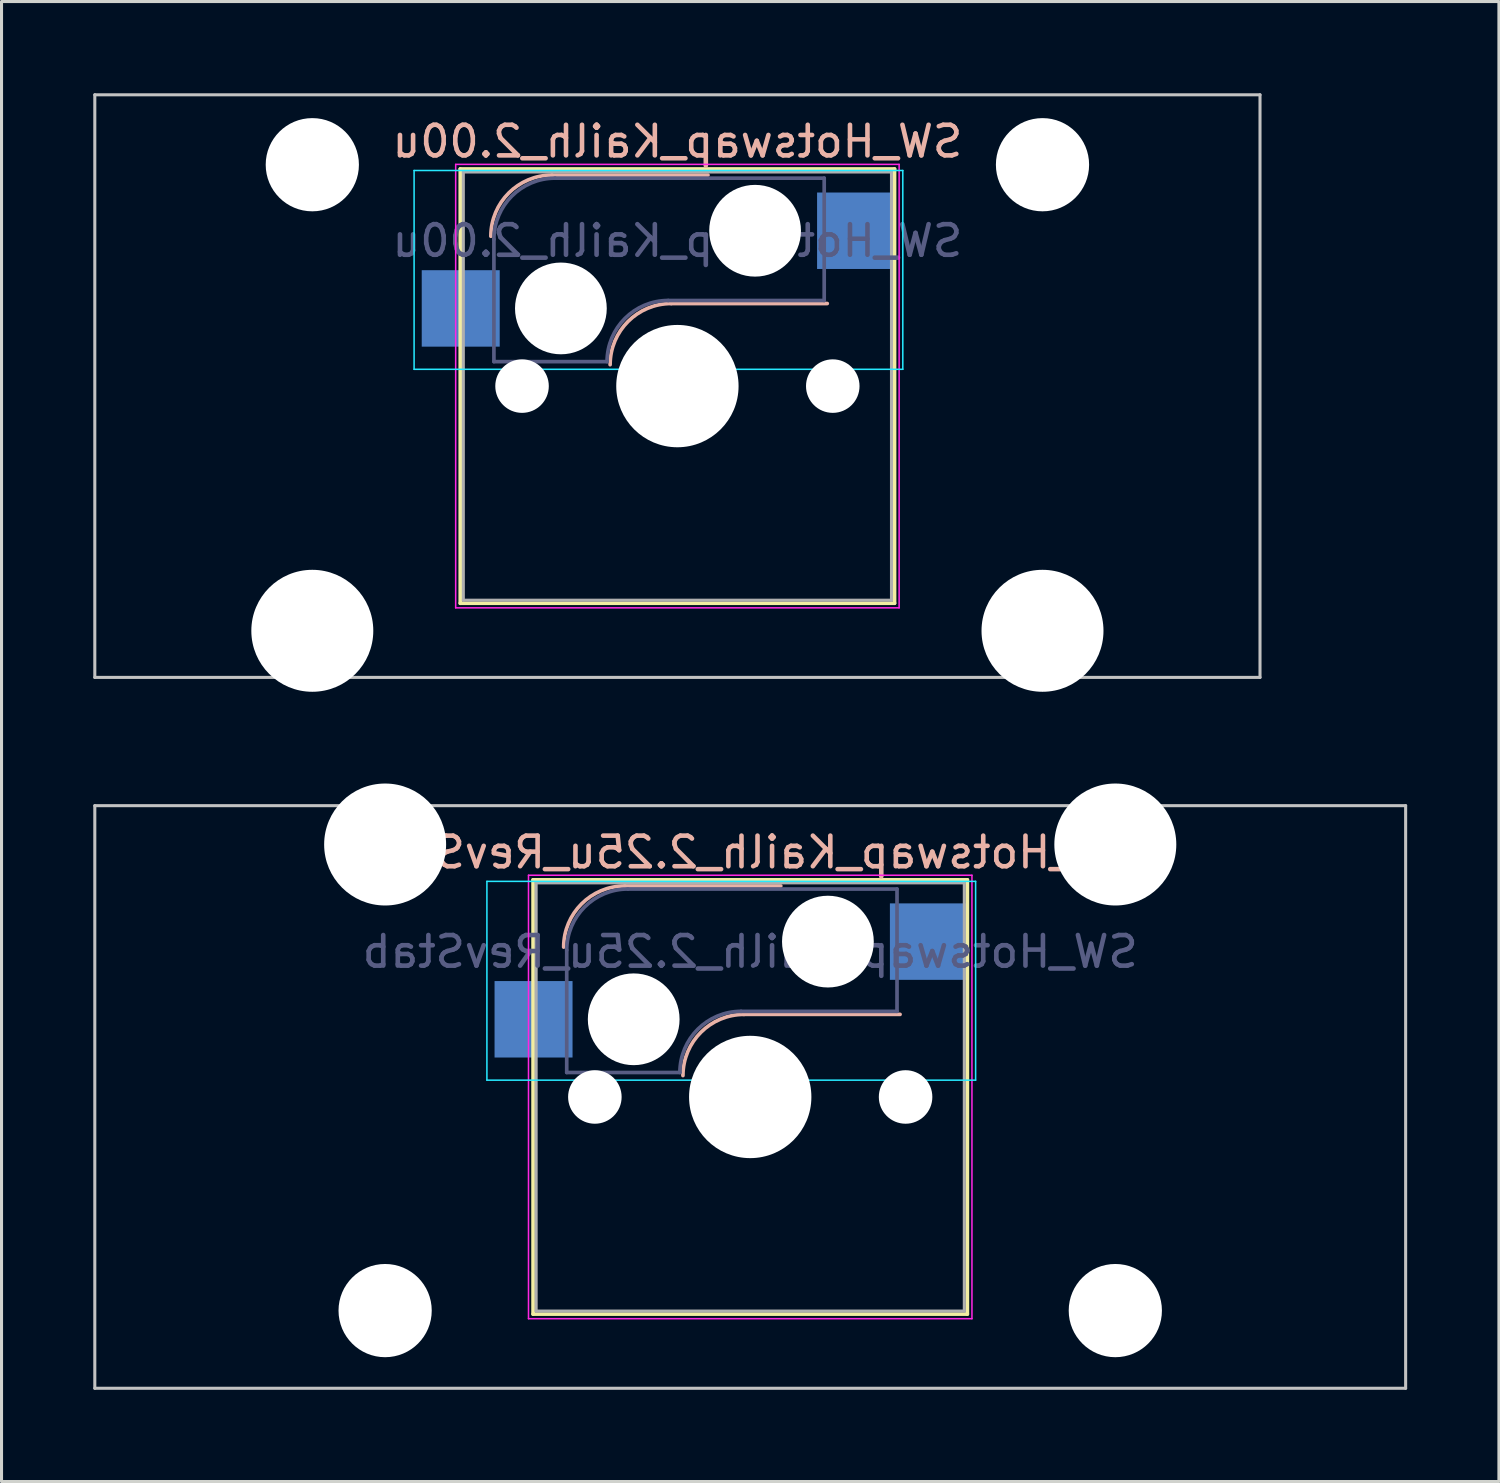
<source format=kicad_pcb>
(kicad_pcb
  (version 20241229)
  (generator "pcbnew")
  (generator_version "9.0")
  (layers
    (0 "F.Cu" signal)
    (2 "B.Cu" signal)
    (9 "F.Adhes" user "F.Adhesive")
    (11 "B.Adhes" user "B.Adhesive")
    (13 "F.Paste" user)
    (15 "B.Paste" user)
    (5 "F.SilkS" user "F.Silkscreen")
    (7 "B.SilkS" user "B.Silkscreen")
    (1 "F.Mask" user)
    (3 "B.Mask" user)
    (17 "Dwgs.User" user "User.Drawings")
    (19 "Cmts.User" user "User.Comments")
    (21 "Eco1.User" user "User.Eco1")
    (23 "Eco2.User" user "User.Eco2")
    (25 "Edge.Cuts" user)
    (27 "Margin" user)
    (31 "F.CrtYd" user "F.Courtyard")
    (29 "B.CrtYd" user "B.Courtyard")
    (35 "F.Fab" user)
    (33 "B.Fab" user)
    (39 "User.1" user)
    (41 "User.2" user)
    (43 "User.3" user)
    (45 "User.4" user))
  (footprint "SW_Hotswap_Kailh_2.00u"
    (layer "F.Cu")
    (at 19.1 9.575)
    (property "Reference" "SW_Hotswap_Kailh_2.00u" (at 0 -8 0) (layer "B.SilkS") (effects (font (size 1 1) (thickness 0.15)) (justify mirror)))
    (attr smd)
    (fp_line (start -7.1 -7.1) (end -7.1 7.1) (stroke (width 0.12) (type solid)) (layer "F.SilkS"))
    (fp_line (start -7.1 7.1) (end 7.1 7.1) (stroke (width 0.12) (type solid)) (layer "F.SilkS"))
    (fp_line (start 7.1 -7.1) (end -7.1 -7.1) (stroke (width 0.12) (type solid)) (layer "F.SilkS"))
    (fp_line (start 7.1 7.1) (end 7.1 -7.1) (stroke (width 0.12) (type solid)) (layer "F.SilkS"))
    (fp_line (start -4.1 -6.9) (end 1 -6.9) (stroke (width 0.12) (type solid)) (layer "B.SilkS"))
    (fp_line (start -0.2 -2.7) (end 4.9 -2.7) (stroke (width 0.12) (type solid)) (layer "B.SilkS"))
    (fp_arc (start -6.1 -4.9) (mid -5.514214 -6.314214) (end -4.1 -6.9) (stroke (width 0.12) (type solid)) (layer "B.SilkS"))
    (fp_arc (start -2.2 -0.7) (mid -1.614214 -2.114214) (end -0.2 -2.7) (stroke (width 0.12) (type solid)) (layer "B.SilkS"))
    (fp_line (start -19.05 -9.525) (end -19.05 9.525) (stroke (width 0.1) (type solid)) (layer "Dwgs.User"))
    (fp_line (start -19.05 9.525) (end 19.05 9.525) (stroke (width 0.1) (type solid)) (layer "Dwgs.User"))
    (fp_line (start 19.05 -9.525) (end -19.05 -9.525) (stroke (width 0.1) (type solid)) (layer "Dwgs.User"))
    (fp_line (start 19.05 9.525) (end 19.05 -9.525) (stroke (width 0.1) (type solid)) (layer "Dwgs.User"))
    (fp_line (start -8.61 -7.05) (end -8.61 -0.55) (stroke (width 0.05) (type solid)) (layer "B.CrtYd"))
    (fp_line (start -8.61 -0.55) (end 7.37 -0.55) (stroke (width 0.05) (type solid)) (layer "B.CrtYd"))
    (fp_line (start 7.37 -7.05) (end -8.61 -7.05) (stroke (width 0.05) (type solid)) (layer "B.CrtYd"))
    (fp_line (start 7.37 -0.55) (end 7.37 -7.05) (stroke (width 0.05) (type solid)) (layer "B.CrtYd"))
    (fp_line (start -7.25 -7.25) (end -7.25 7.25) (stroke (width 0.05) (type solid)) (layer "F.CrtYd"))
    (fp_line (start -7.25 7.25) (end 7.25 7.25) (stroke (width 0.05) (type solid)) (layer "F.CrtYd"))
    (fp_line (start 7.25 -7.25) (end -7.25 -7.25) (stroke (width 0.05) (type solid)) (layer "F.CrtYd"))
    (fp_line (start 7.25 7.25) (end 7.25 -7.25) (stroke (width 0.05) (type solid)) (layer "F.CrtYd"))
    (fp_line (start -6 -0.8) (end -6 -4.8) (stroke (width 0.12) (type solid)) (layer "B.Fab"))
    (fp_line (start -6 -0.8) (end -2.3 -0.8) (stroke (width 0.12) (type solid)) (layer "B.Fab"))
    (fp_line (start -4 -6.8) (end 4.8 -6.8) (stroke (width 0.12) (type solid)) (layer "B.Fab"))
    (fp_line (start -0.3 -2.8) (end 4.8 -2.8) (stroke (width 0.12) (type solid)) (layer "B.Fab"))
    (fp_line (start 4.8 -6.8) (end 4.8 -2.8) (stroke (width 0.12) (type solid)) (layer "B.Fab"))
    (fp_arc (start -6 -4.8) (mid -5.414214 -6.214214) (end -4 -6.8) (stroke (width 0.12) (type solid)) (layer "B.Fab"))
    (fp_arc (start -2.3 -0.8) (mid -1.714214 -2.214214) (end -0.3 -2.8) (stroke (width 0.12) (type solid)) (layer "B.Fab"))
    (fp_line (start -7 -7) (end -7 7) (stroke (width 0.1) (type solid)) (layer "F.Fab"))
    (fp_line (start -7 7) (end 7 7) (stroke (width 0.1) (type solid)) (layer "F.Fab"))
    (fp_line (start 7 -7) (end -7 -7) (stroke (width 0.1) (type solid)) (layer "F.Fab"))
    (fp_line (start 7 7) (end 7 -7) (stroke (width 0.1) (type solid)) (layer "F.Fab"))
    (fp_text user "${REFERENCE}" (at 0 -4.75 0) (layer "B.Fab") (effects (font (size 1 1) (thickness 0.15)) (justify mirror)))
    (pad "" np_thru_hole circle (at -11.938 -7.239 180) (size 3.048 3.048) (drill 3.048) (layers "*.Cu" "*.Mask"))
    (pad "" np_thru_hole circle (at -11.938 8.001 180) (size 3.988 3.988) (drill 3.988) (layers "*.Cu" "*.Mask"))
    (pad "" np_thru_hole circle (at -5.08 0) (size 1.75 1.75) (drill 1.75) (layers "*.Cu" "*.Mask"))
    (pad "" np_thru_hole circle (at -3.81 -2.54) (size 3 3) (drill 3) (layers "*.Cu" "*.Mask"))
    (pad "" np_thru_hole circle (at 0 0) (size 4 4) (drill 4) (layers "*.Cu" "*.Mask"))
    (pad "" np_thru_hole circle (at 2.54 -5.08) (size 3 3) (drill 3) (layers "*.Cu" "*.Mask"))
    (pad "" np_thru_hole circle (at 5.08 0) (size 1.75 1.75) (drill 1.75) (layers "*.Cu" "*.Mask"))
    (pad "" np_thru_hole circle (at 11.938 -7.239 180) (size 3.048 3.048) (drill 3.048) (layers "*.Cu" "*.Mask"))
    (pad "" np_thru_hole circle (at 11.938 8.001 180) (size 3.988 3.988) (drill 3.988) (layers "*.Cu" "*.Mask"))
    (pad "1" smd rect (at -7.085 -2.54) (size 2.55 2.5) (layers "B.Cu" "B.Mask" "B.Paste"))
    (pad "2" smd rect (at 5.842 -5.08) (size 2.55 2.5) (layers "B.Cu" "B.Mask" "B.Paste")))
  (footprint "SW_Hotswap_Kailh_2.25u_RevStab"
    (layer "F.Cu")
    (at 21.481 32.819)
    (property "Reference" "SW_Hotswap_Kailh_2.25u_RevStab" (at 0 -8 0) (layer "B.SilkS") (effects (font (size 1 1) (thickness 0.15)) (justify mirror)))
    (attr smd)
    (fp_line (start -7.1 -7.1) (end -7.1 7.1) (stroke (width 0.12) (type solid)) (layer "F.SilkS"))
    (fp_line (start -7.1 7.1) (end 7.1 7.1) (stroke (width 0.12) (type solid)) (layer "F.SilkS"))
    (fp_line (start 7.1 -7.1) (end -7.1 -7.1) (stroke (width 0.12) (type solid)) (layer "F.SilkS"))
    (fp_line (start 7.1 7.1) (end 7.1 -7.1) (stroke (width 0.12) (type solid)) (layer "F.SilkS"))
    (fp_line (start -4.1 -6.9) (end 1 -6.9) (stroke (width 0.12) (type solid)) (layer "B.SilkS"))
    (fp_line (start -0.2 -2.7) (end 4.9 -2.7) (stroke (width 0.12) (type solid)) (layer "B.SilkS"))
    (fp_arc (start -6.1 -4.9) (mid -5.514214 -6.314214) (end -4.1 -6.9) (stroke (width 0.12) (type solid)) (layer "B.SilkS"))
    (fp_arc (start -2.2 -0.7) (mid -1.614214 -2.114214) (end -0.2 -2.7) (stroke (width 0.12) (type solid)) (layer "B.SilkS"))
    (fp_line (start -21.431 -9.525) (end -21.431 9.525) (stroke (width 0.1) (type solid)) (layer "Dwgs.User"))
    (fp_line (start -21.431 9.525) (end 21.431 9.525) (stroke (width 0.1) (type solid)) (layer "Dwgs.User"))
    (fp_line (start 21.431 -9.525) (end -21.431 -9.525) (stroke (width 0.1) (type solid)) (layer "Dwgs.User"))
    (fp_line (start 21.431 9.525) (end 21.431 -9.525) (stroke (width 0.1) (type solid)) (layer "Dwgs.User"))
    (fp_line (start -8.61 -7.05) (end -8.61 -0.55) (stroke (width 0.05) (type solid)) (layer "B.CrtYd"))
    (fp_line (start -8.61 -0.55) (end 7.37 -0.55) (stroke (width 0.05) (type solid)) (layer "B.CrtYd"))
    (fp_line (start 7.37 -7.05) (end -8.61 -7.05) (stroke (width 0.05) (type solid)) (layer "B.CrtYd"))
    (fp_line (start 7.37 -0.55) (end 7.37 -7.05) (stroke (width 0.05) (type solid)) (layer "B.CrtYd"))
    (fp_line (start -7.25 -7.25) (end -7.25 7.25) (stroke (width 0.05) (type solid)) (layer "F.CrtYd"))
    (fp_line (start -7.25 7.25) (end 7.25 7.25) (stroke (width 0.05) (type solid)) (layer "F.CrtYd"))
    (fp_line (start 7.25 -7.25) (end -7.25 -7.25) (stroke (width 0.05) (type solid)) (layer "F.CrtYd"))
    (fp_line (start 7.25 7.25) (end 7.25 -7.25) (stroke (width 0.05) (type solid)) (layer "F.CrtYd"))
    (fp_line (start -6 -0.8) (end -6 -4.8) (stroke (width 0.12) (type solid)) (layer "B.Fab"))
    (fp_line (start -6 -0.8) (end -2.3 -0.8) (stroke (width 0.12) (type solid)) (layer "B.Fab"))
    (fp_line (start -4 -6.8) (end 4.8 -6.8) (stroke (width 0.12) (type solid)) (layer "B.Fab"))
    (fp_line (start -0.3 -2.8) (end 4.8 -2.8) (stroke (width 0.12) (type solid)) (layer "B.Fab"))
    (fp_line (start 4.8 -6.8) (end 4.8 -2.8) (stroke (width 0.12) (type solid)) (layer "B.Fab"))
    (fp_arc (start -6 -4.8) (mid -5.414214 -6.214214) (end -4 -6.8) (stroke (width 0.12) (type solid)) (layer "B.Fab"))
    (fp_arc (start -2.3 -0.8) (mid -1.714214 -2.214214) (end -0.3 -2.8) (stroke (width 0.12) (type solid)) (layer "B.Fab"))
    (fp_line (start -7 -7) (end -7 7) (stroke (width 0.1) (type solid)) (layer "F.Fab"))
    (fp_line (start -7 7) (end 7 7) (stroke (width 0.1) (type solid)) (layer "F.Fab"))
    (fp_line (start 7 -7) (end -7 -7) (stroke (width 0.1) (type solid)) (layer "F.Fab"))
    (fp_line (start 7 7) (end 7 -7) (stroke (width 0.1) (type solid)) (layer "F.Fab"))
    (fp_text user "${REFERENCE}" (at 0 -4.75 0) (layer "B.Fab") (effects (font (size 1 1) (thickness 0.15)) (justify mirror)))
    (pad "" np_thru_hole circle (at -11.938 -8.255) (size 3.988 3.988) (drill 3.988) (layers "*.Cu" "*.Mask"))
    (pad "" np_thru_hole circle (at -11.938 6.985) (size 3.048 3.048) (drill 3.048) (layers "*.Cu" "*.Mask"))
    (pad "" np_thru_hole circle (at -5.08 0) (size 1.75 1.75) (drill 1.75) (layers "*.Cu" "*.Mask"))
    (pad "" np_thru_hole circle (at -3.81 -2.54) (size 3 3) (drill 3) (layers "*.Cu" "*.Mask"))
    (pad "" np_thru_hole circle (at 0 0) (size 4 4) (drill 4) (layers "*.Cu" "*.Mask"))
    (pad "" np_thru_hole circle (at 2.54 -5.08) (size 3 3) (drill 3) (layers "*.Cu" "*.Mask"))
    (pad "" np_thru_hole circle (at 5.08 0) (size 1.75 1.75) (drill 1.75) (layers "*.Cu" "*.Mask"))
    (pad "" np_thru_hole circle (at 11.938 -8.255) (size 3.988 3.988) (drill 3.988) (layers "*.Cu" "*.Mask"))
    (pad "" np_thru_hole circle (at 11.938 6.985) (size 3.048 3.048) (drill 3.048) (layers "*.Cu" "*.Mask"))
    (pad "1" smd rect (at -7.085 -2.54) (size 2.55 2.5) (layers "B.Cu" "B.Mask" "B.Paste"))
    (pad "2" smd rect (at 5.842 -5.08) (size 2.55 2.5) (layers "B.Cu" "B.Mask" "B.Paste")))
  (gr_rect
    (start -3 -3)
    (end 45.962 45.394)
    (stroke (width 0.1) (type default))
    (fill no)
    (layer "Edge.Cuts")))
</source>
